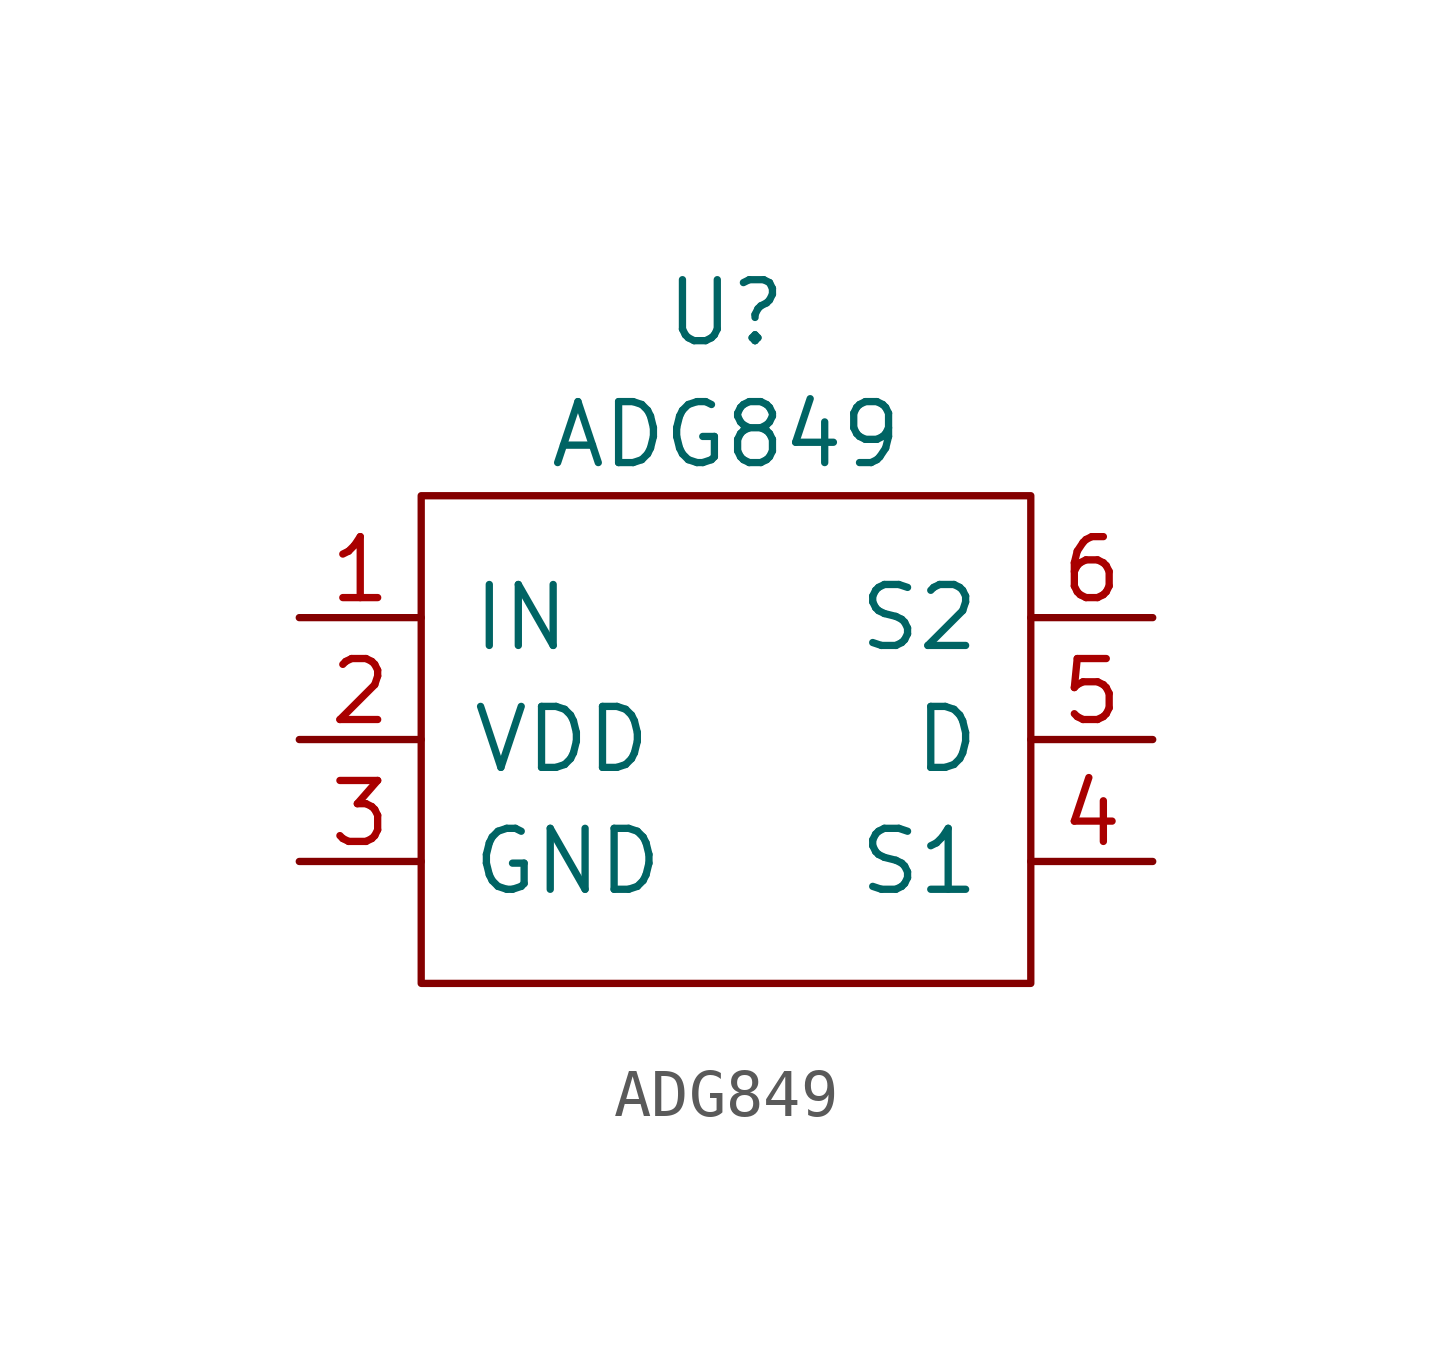
<source format=kicad_sym>
(kicad_symbol_lib
  (version 20211014)
  (generator kicad_symbol_editor)
  (symbol "ADG849"
    (pin_names
      (offset 1.016))
    (property "Reference" "U"
      (at 0 1.27 0)
      (effects (font (size 1.27 1.27))))
    (property "Value" "ADG849"
      (at 0 -1.27 0)
      (effects (font (size 1.27 1.27))))
    (symbol "ADG849_0_1"
      (rectangle (start -6.35 -2.54) (end 6.35 -12.7) (stroke (width 0) (type default) (color 0 0 0 0)) (fill (type none))))
    (symbol "ADG849_1_1"
      (pin input line (at -8.89 -5.08 0) (length 2.54) (name "IN" (effects (font (size 1.27 1.27)))) (number "1" (effects (font (size 1.27 1.27)))))
      (pin input line (at -8.89 -7.62 0) (length 2.54) (name "VDD" (effects (font (size 1.27 1.27)))) (number "2" (effects (font (size 1.27 1.27)))))
      (pin input line (at -8.89 -10.16 0) (length 2.54) (name "GND" (effects (font (size 1.27 1.27)))) (number "3" (effects (font (size 1.27 1.27)))))
      (pin input line (at 8.89 -10.16 180) (length 2.54) (name "S1" (effects (font (size 1.27 1.27)))) (number "4" (effects (font (size 1.27 1.27)))))
      (pin input line (at 8.89 -7.62 180) (length 2.54) (name "D" (effects (font (size 1.27 1.27)))) (number "5" (effects (font (size 1.27 1.27)))))
      (pin input line (at 8.89 -5.08 180) (length 2.54) (name "S2" (effects (font (size 1.27 1.27)))) (number "6" (effects (font (size 1.27 1.27))))))))
</source>
